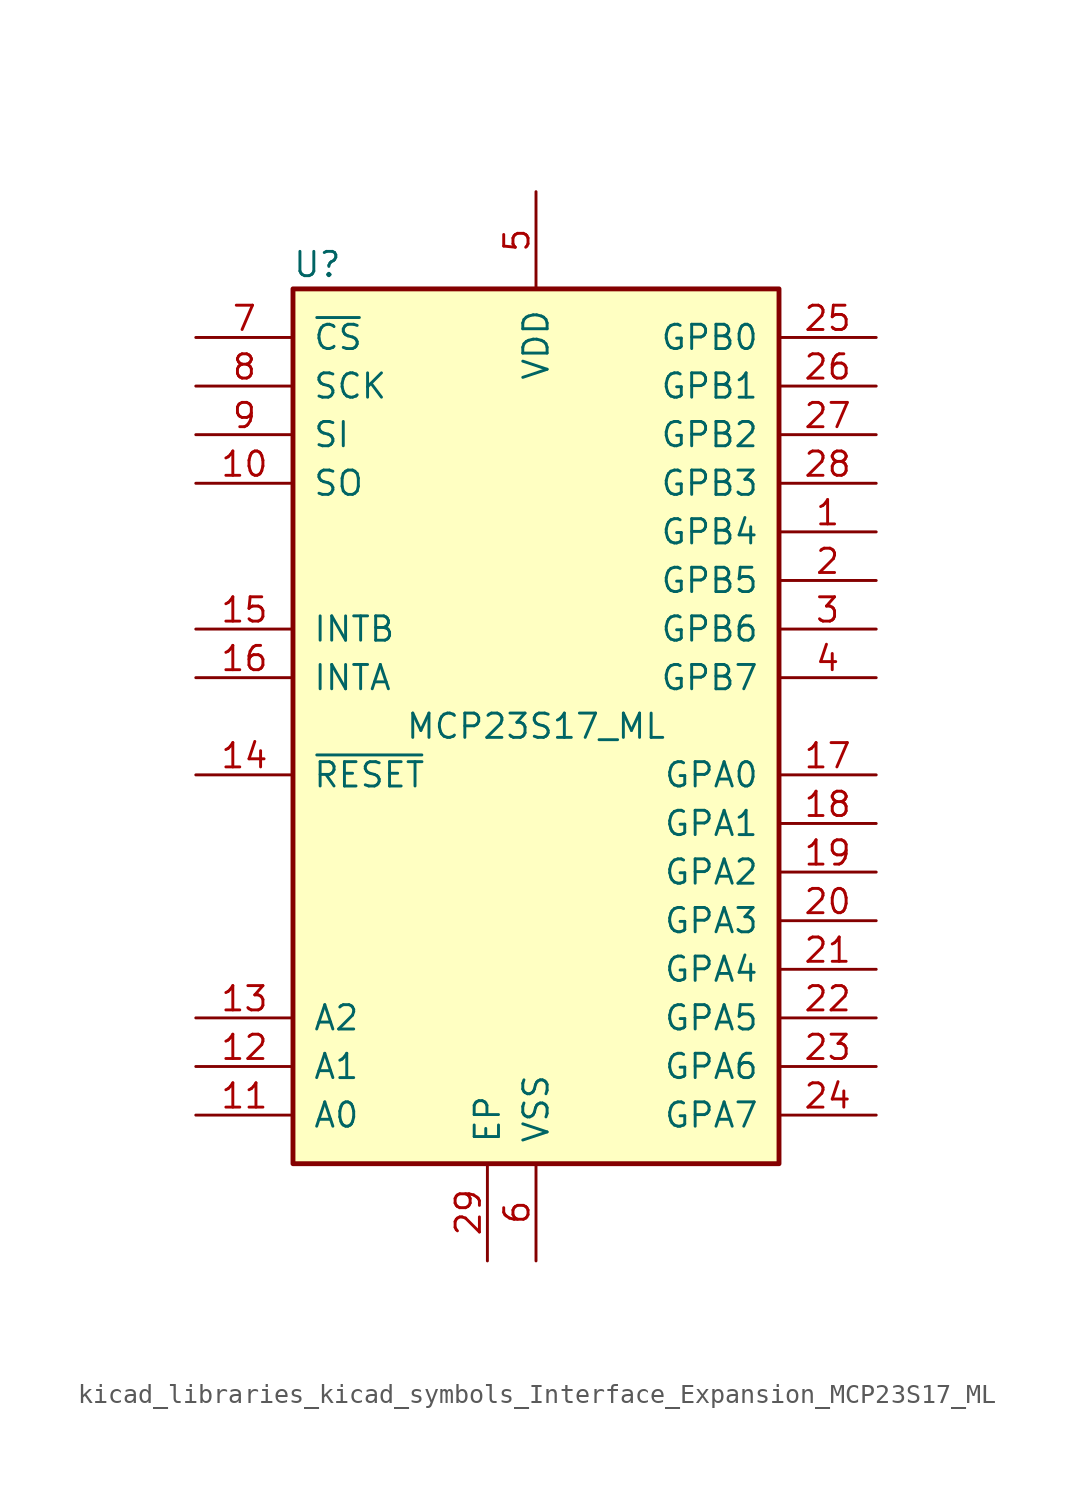
<source format=kicad_sym>
(kicad_symbol_lib
  (version 20220914)
  (generator kicad_symbol_editor)
  (symbol "kicad_libraries_kicad_symbols_Interface_Expansion_MCP23S17_ML"
    (pin_names
      (offset 1.016))
    (property "Reference" "U"
      (at -11.43 24.13 0)
      (effects (font (size 1.27 1.27))))
    (property "Value" "MCP23S17_ML"
      (at 0 0 0)
      (effects (font (size 1.27 1.27))))
    (symbol "kicad_libraries_kicad_symbols_Interface_Expansion_MCP23S17_ML_0_1"
      (rectangle (start -12.7 22.86) (end 12.7 -22.86) (stroke (width 0.254) (type default)) (fill (type background))))
    (symbol "kicad_libraries_kicad_symbols_Interface_Expansion_MCP23S17_ML_1_1"
      (pin bidirectional line (at 17.78 10.16 180) (length 5.08) (name "GPB4" (effects (font (size 1.27 1.27)))) (number "1" (effects (font (size 1.27 1.27)))))
      (pin output line (at -17.78 12.7 0) (length 5.08) (name "SO" (effects (font (size 1.27 1.27)))) (number "10" (effects (font (size 1.27 1.27)))))
      (pin input line (at -17.78 -20.32 0) (length 5.08) (name "A0" (effects (font (size 1.27 1.27)))) (number "11" (effects (font (size 1.27 1.27)))))
      (pin input line (at -17.78 -17.78 0) (length 5.08) (name "A1" (effects (font (size 1.27 1.27)))) (number "12" (effects (font (size 1.27 1.27)))))
      (pin input line (at -17.78 -15.24 0) (length 5.08) (name "A2" (effects (font (size 1.27 1.27)))) (number "13" (effects (font (size 1.27 1.27)))))
      (pin input line (at -17.78 -2.54 0) (length 5.08) (name "~{RESET}" (effects (font (size 1.27 1.27)))) (number "14" (effects (font (size 1.27 1.27)))))
      (pin tri_state line (at -17.78 5.08 0) (length 5.08) (name "INTB" (effects (font (size 1.27 1.27)))) (number "15" (effects (font (size 1.27 1.27)))))
      (pin tri_state line (at -17.78 2.54 0) (length 5.08) (name "INTA" (effects (font (size 1.27 1.27)))) (number "16" (effects (font (size 1.27 1.27)))))
      (pin bidirectional line (at 17.78 -2.54 180) (length 5.08) (name "GPA0" (effects (font (size 1.27 1.27)))) (number "17" (effects (font (size 1.27 1.27)))))
      (pin bidirectional line (at 17.78 -5.08 180) (length 5.08) (name "GPA1" (effects (font (size 1.27 1.27)))) (number "18" (effects (font (size 1.27 1.27)))))
      (pin bidirectional line (at 17.78 -7.62 180) (length 5.08) (name "GPA2" (effects (font (size 1.27 1.27)))) (number "19" (effects (font (size 1.27 1.27)))))
      (pin bidirectional line (at 17.78 7.62 180) (length 5.08) (name "GPB5" (effects (font (size 1.27 1.27)))) (number "2" (effects (font (size 1.27 1.27)))))
      (pin bidirectional line (at 17.78 -10.16 180) (length 5.08) (name "GPA3" (effects (font (size 1.27 1.27)))) (number "20" (effects (font (size 1.27 1.27)))))
      (pin bidirectional line (at 17.78 -12.7 180) (length 5.08) (name "GPA4" (effects (font (size 1.27 1.27)))) (number "21" (effects (font (size 1.27 1.27)))))
      (pin bidirectional line (at 17.78 -15.24 180) (length 5.08) (name "GPA5" (effects (font (size 1.27 1.27)))) (number "22" (effects (font (size 1.27 1.27)))))
      (pin bidirectional line (at 17.78 -17.78 180) (length 5.08) (name "GPA6" (effects (font (size 1.27 1.27)))) (number "23" (effects (font (size 1.27 1.27)))))
      (pin bidirectional line (at 17.78 -20.32 180) (length 5.08) (name "GPA7" (effects (font (size 1.27 1.27)))) (number "24" (effects (font (size 1.27 1.27)))))
      (pin bidirectional line (at 17.78 20.32 180) (length 5.08) (name "GPB0" (effects (font (size 1.27 1.27)))) (number "25" (effects (font (size 1.27 1.27)))))
      (pin bidirectional line (at 17.78 17.78 180) (length 5.08) (name "GPB1" (effects (font (size 1.27 1.27)))) (number "26" (effects (font (size 1.27 1.27)))))
      (pin bidirectional line (at 17.78 15.24 180) (length 5.08) (name "GPB2" (effects (font (size 1.27 1.27)))) (number "27" (effects (font (size 1.27 1.27)))))
      (pin bidirectional line (at 17.78 12.7 180) (length 5.08) (name "GPB3" (effects (font (size 1.27 1.27)))) (number "28" (effects (font (size 1.27 1.27)))))
      (pin passive line (at -2.54 -27.94 90) (length 5.08) (name "EP" (effects (font (size 1.27 1.27)))) (number "29" (effects (font (size 1.27 1.27)))))
      (pin bidirectional line (at 17.78 5.08 180) (length 5.08) (name "GPB6" (effects (font (size 1.27 1.27)))) (number "3" (effects (font (size 1.27 1.27)))))
      (pin bidirectional line (at 17.78 2.54 180) (length 5.08) (name "GPB7" (effects (font (size 1.27 1.27)))) (number "4" (effects (font (size 1.27 1.27)))))
      (pin power_in line (at 0 27.94 270) (length 5.08) (name "VDD" (effects (font (size 1.27 1.27)))) (number "5" (effects (font (size 1.27 1.27)))))
      (pin power_in line (at 0 -27.94 90) (length 5.08) (name "VSS" (effects (font (size 1.27 1.27)))) (number "6" (effects (font (size 1.27 1.27)))))
      (pin input line (at -17.78 20.32 0) (length 5.08) (name "~{CS}" (effects (font (size 1.27 1.27)))) (number "7" (effects (font (size 1.27 1.27)))))
      (pin input line (at -17.78 17.78 0) (length 5.08) (name "SCK" (effects (font (size 1.27 1.27)))) (number "8" (effects (font (size 1.27 1.27)))))
      (pin input line (at -17.78 15.24 0) (length 5.08) (name "SI" (effects (font (size 1.27 1.27)))) (number "9" (effects (font (size 1.27 1.27))))))))
</source>
